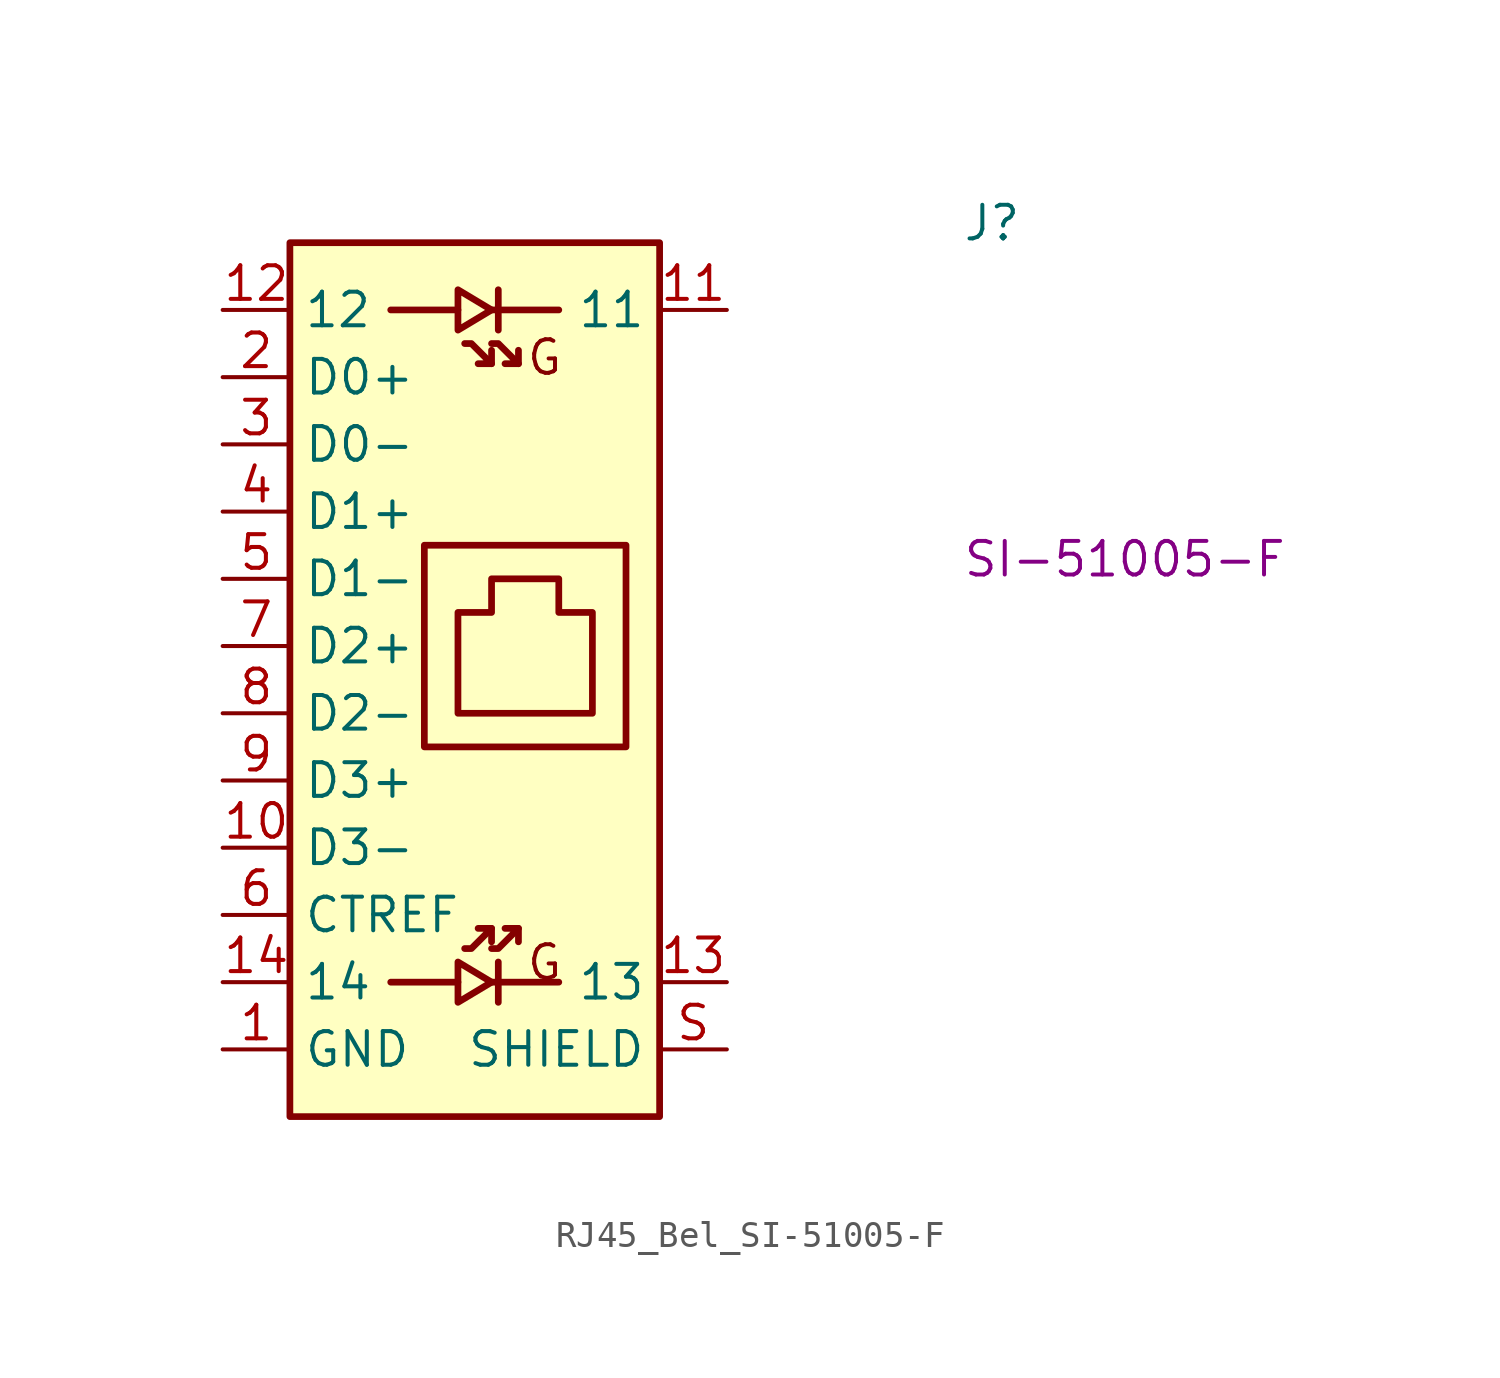
<source format=kicad_sym>
(kicad_symbol_lib
  (version 20220914)
  (generator kicad_symbol_editor)
  (symbol "RJ45_Bel_SI-51005-F"
    (property "Reference" "J"
      (at 27.94 2.54 0)
      (effects (font (size 1.27 1.27) (thickness 0.15)) (justify left bottom)))
    (property "MPN" "SI-51005-F"
      (at 27.94 -10.16 0)
      (effects (font (size 1.27 1.27) (thickness 0.15)) (justify left bottom)))
    (symbol "RJ45_Bel_SI-51005-F_0_1"
      (polyline (pts (xy 8.89 -25.4) (xy 6.35 -25.4)) (stroke (width 0.254) (type default)) (fill (type none)))
      (polyline (pts (xy 8.89 0) (xy 6.35 0)) (stroke (width 0.254) (type default)) (fill (type none)))
      (polyline (pts (xy 10.16 -25.4) (xy 12.7 -25.4)) (stroke (width 0.254) (type default)) (fill (type none)))
      (polyline (pts (xy 10.16 0) (xy 12.7 0)) (stroke (width 0.254) (type default)) (fill (type none))))
    (symbol "RJ45_Bel_SI-51005-F_1_1"
      (polyline (pts (xy 10.16 -23.368) (xy 10.16 -23.876)) (stroke (width 0.254) (type default)) (fill (type background)))
      (polyline (pts (xy 10.16 -2.032) (xy 10.16 -1.524)) (stroke (width 0.254) (type default)) (fill (type background)))
      (polyline (pts (xy 10.414 -24.638) (xy 10.414 -26.162)) (stroke (width 0.254) (type default)) (fill (type background)))
      (polyline (pts (xy 10.414 -0.762) (xy 10.414 0.762)) (stroke (width 0.254) (type default)) (fill (type background)))
      (polyline (pts (xy 11.176 -23.368) (xy 11.176 -23.876)) (stroke (width 0.254) (type default)) (fill (type background)))
      (polyline (pts (xy 11.176 -2.032) (xy 11.176 -1.524)) (stroke (width 0.254) (type default)) (fill (type background)))
      (polyline (pts (xy 9.144 -24.13) (xy 9.398 -24.13) (xy 10.16 -23.368) (xy 9.652 -23.368)) (stroke (width 0.254) (type default)) (fill (type background)))
      (polyline (pts (xy 9.144 -1.27) (xy 9.398 -1.27) (xy 10.16 -2.032) (xy 9.652 -2.032)) (stroke (width 0.254) (type default)) (fill (type background)))
      (polyline (pts (xy 10.16 -25.4) (xy 8.89 -24.638) (xy 8.89 -26.162) (xy 10.16 -25.4)) (stroke (width 0.254) (type default)) (fill (type background)))
      (polyline (pts (xy 10.16 -24.13) (xy 10.414 -24.13) (xy 11.176 -23.368) (xy 10.668 -23.368)) (stroke (width 0.254) (type default)) (fill (type background)))
      (polyline (pts (xy 10.16 -1.27) (xy 10.414 -1.27) (xy 11.176 -2.032) (xy 10.668 -2.032)) (stroke (width 0.254) (type default)) (fill (type background)))
      (polyline (pts (xy 10.16 0) (xy 8.89 -0.762) (xy 8.89 0.762) (xy 10.16 0)) (stroke (width 0.254) (type default)) (fill (type background)))
      (polyline (pts (xy 7.62 -8.89) (xy 7.62 -16.51) (xy 15.24 -16.51) (xy 15.24 -8.89) (xy 7.62 -8.89)) (stroke (width 0.254) (type default)) (fill (type background)))
      (polyline (pts (xy 8.89 -11.43) (xy 8.89 -15.24) (xy 13.97 -15.24) (xy 13.97 -11.43) (xy 12.7 -11.43) (xy 12.7 -10.16) (xy 10.16 -10.16) (xy 10.16 -11.43) (xy 8.89 -11.43)) (stroke (width 0.254) (type default)) (fill (type background)))
      (rectangle (start 2.54 2.54) (end 16.51 -30.48) (stroke (width 0.254) (type default)) (fill (type background)))
      (text "G" (at 11.43 -25.4 0) (effects (font (size 1.27 1.27) (thickness 0.15)) (justify left bottom)))
      (text "G" (at 11.43 -2.54 0) (effects (font (size 1.27 1.27) (thickness 0.15)) (justify left bottom)))
      (pin passive line (at 0 -27.94 0) (length 2.54) (name "GND" (effects (font (size 1.27 1.27)))) (number "1" (effects (font (size 1.27 1.27)))))
      (pin passive line (at 0 -20.32 0) (length 2.54) (name "D3-" (effects (font (size 1.27 1.27)))) (number "10" (effects (font (size 1.27 1.27)))))
      (pin passive line (at 19.05 0 180) (length 2.54) (name "11" (effects (font (size 1.27 1.27)))) (number "11" (effects (font (size 1.27 1.27)))))
      (pin passive line (at 0 0 0) (length 2.54) (name "12" (effects (font (size 1.27 1.27)))) (number "12" (effects (font (size 1.27 1.27)))))
      (pin passive line (at 19.05 -25.4 180) (length 2.54) (name "13" (effects (font (size 1.27 1.27)))) (number "13" (effects (font (size 1.27 1.27)))))
      (pin passive line (at 0 -25.4 0) (length 2.54) (name "14" (effects (font (size 1.27 1.27)))) (number "14" (effects (font (size 1.27 1.27)))))
      (pin passive line (at 0 -2.54 0) (length 2.54) (name "D0+" (effects (font (size 1.27 1.27)))) (number "2" (effects (font (size 1.27 1.27)))))
      (pin passive line (at 0 -5.08 0) (length 2.54) (name "D0-" (effects (font (size 1.27 1.27)))) (number "3" (effects (font (size 1.27 1.27)))))
      (pin passive line (at 0 -7.62 0) (length 2.54) (name "D1+" (effects (font (size 1.27 1.27)))) (number "4" (effects (font (size 1.27 1.27)))))
      (pin passive line (at 0 -10.16 0) (length 2.54) (name "D1-" (effects (font (size 1.27 1.27)))) (number "5" (effects (font (size 1.27 1.27)))))
      (pin passive line (at 0 -22.86 0) (length 2.54) (name "CTREF" (effects (font (size 1.27 1.27)))) (number "6" (effects (font (size 1.27 1.27)))))
      (pin passive line (at 0 -12.7 0) (length 2.54) (name "D2+" (effects (font (size 1.27 1.27)))) (number "7" (effects (font (size 1.27 1.27)))))
      (pin passive line (at 0 -15.24 0) (length 2.54) (name "D2-" (effects (font (size 1.27 1.27)))) (number "8" (effects (font (size 1.27 1.27)))))
      (pin passive line (at 0 -17.78 0) (length 2.54) (name "D3+" (effects (font (size 1.27 1.27)))) (number "9" (effects (font (size 1.27 1.27)))))
      (pin passive line (at 19.05 -27.94 180) (length 2.54) (name "SHIELD" (effects (font (size 1.27 1.27)))) (number "S" (effects (font (size 1.27 1.27))))))))
</source>
